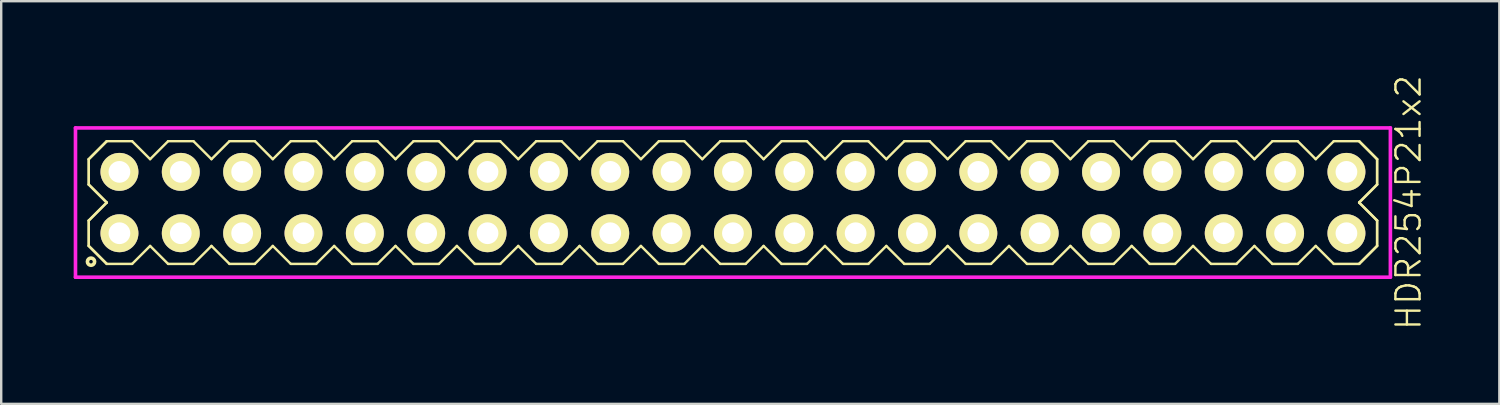
<source format=kicad_pcb>
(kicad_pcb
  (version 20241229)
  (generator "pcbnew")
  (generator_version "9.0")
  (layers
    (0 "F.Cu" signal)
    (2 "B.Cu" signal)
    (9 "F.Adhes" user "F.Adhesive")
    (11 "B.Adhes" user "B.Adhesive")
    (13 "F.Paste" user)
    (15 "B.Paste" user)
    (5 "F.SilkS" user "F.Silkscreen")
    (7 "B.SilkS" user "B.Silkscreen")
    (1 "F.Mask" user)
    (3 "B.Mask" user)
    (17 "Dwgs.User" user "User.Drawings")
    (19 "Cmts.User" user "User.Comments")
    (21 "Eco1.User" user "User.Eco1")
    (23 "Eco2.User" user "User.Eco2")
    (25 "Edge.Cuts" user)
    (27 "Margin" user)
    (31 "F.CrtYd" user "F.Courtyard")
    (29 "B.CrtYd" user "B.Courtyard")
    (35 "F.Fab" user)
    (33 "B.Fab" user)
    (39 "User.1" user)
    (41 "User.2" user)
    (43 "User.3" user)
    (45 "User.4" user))
  (footprint "HDR254P21x2"
    (layer "F.Cu")
    (at 27.295 5.336)
    (property "Reference" "HDR254P21x2" (at 27.97 0 90) (layer "F.SilkS") (effects (font (size 1 1) (thickness 0.1))))
    (attr through_hole)
    (fp_line (start -26.67 -1.796) (end -25.926 -2.54) (stroke (width 0.1) (type solid)) (layer "F.SilkS"))
    (fp_line (start -26.67 -1.796) (end -25.926 -2.54) (stroke (width 0.1) (type solid)) (layer "F.SilkS"))
    (fp_line (start -26.67 -0.744) (end -26.67 -1.796) (stroke (width 0.1) (type solid)) (layer "F.SilkS"))
    (fp_line (start -26.67 -0.744) (end -26.67 -1.796) (stroke (width 0.1) (type solid)) (layer "F.SilkS"))
    (fp_line (start -26.67 0.744) (end -25.926 0) (stroke (width 0.1) (type solid)) (layer "F.SilkS"))
    (fp_line (start -26.67 0.744) (end -25.926 0) (stroke (width 0.1) (type solid)) (layer "F.SilkS"))
    (fp_line (start -26.67 1.796) (end -26.67 0.744) (stroke (width 0.1) (type solid)) (layer "F.SilkS"))
    (fp_line (start -26.67 1.796) (end -26.67 0.744) (stroke (width 0.1) (type solid)) (layer "F.SilkS"))
    (fp_line (start -25.926 -2.54) (end -24.874 -2.54) (stroke (width 0.1) (type solid)) (layer "F.SilkS"))
    (fp_line (start -25.926 0) (end -26.67 -0.744) (stroke (width 0.1) (type solid)) (layer "F.SilkS"))
    (fp_line (start -25.926 0) (end -26.67 -0.744) (stroke (width 0.1) (type solid)) (layer "F.SilkS"))
    (fp_line (start -25.926 2.54) (end -26.67 1.796) (stroke (width 0.1) (type solid)) (layer "F.SilkS"))
    (fp_line (start -25.926 2.54) (end -26.67 1.796) (stroke (width 0.1) (type solid)) (layer "F.SilkS"))
    (fp_line (start -24.874 -2.54) (end -24.13 -1.796) (stroke (width 0.1) (type solid)) (layer "F.SilkS"))
    (fp_line (start -24.874 2.54) (end -25.926 2.54) (stroke (width 0.1) (type solid)) (layer "F.SilkS"))
    (fp_line (start -24.13 -1.796) (end -23.386 -2.54) (stroke (width 0.1) (type solid)) (layer "F.SilkS"))
    (fp_line (start -24.13 1.796) (end -24.874 2.54) (stroke (width 0.1) (type solid)) (layer "F.SilkS"))
    (fp_line (start -23.386 -2.54) (end -22.334 -2.54) (stroke (width 0.1) (type solid)) (layer "F.SilkS"))
    (fp_line (start -23.386 2.54) (end -24.13 1.796) (stroke (width 0.1) (type solid)) (layer "F.SilkS"))
    (fp_line (start -22.334 -2.54) (end -21.59 -1.796) (stroke (width 0.1) (type solid)) (layer "F.SilkS"))
    (fp_line (start -22.334 2.54) (end -23.386 2.54) (stroke (width 0.1) (type solid)) (layer "F.SilkS"))
    (fp_line (start -21.59 -1.796) (end -20.846 -2.54) (stroke (width 0.1) (type solid)) (layer "F.SilkS"))
    (fp_line (start -21.59 1.796) (end -22.334 2.54) (stroke (width 0.1) (type solid)) (layer "F.SilkS"))
    (fp_line (start -20.846 -2.54) (end -19.794 -2.54) (stroke (width 0.1) (type solid)) (layer "F.SilkS"))
    (fp_line (start -20.846 2.54) (end -21.59 1.796) (stroke (width 0.1) (type solid)) (layer "F.SilkS"))
    (fp_line (start -19.794 -2.54) (end -19.05 -1.796) (stroke (width 0.1) (type solid)) (layer "F.SilkS"))
    (fp_line (start -19.794 2.54) (end -20.846 2.54) (stroke (width 0.1) (type solid)) (layer "F.SilkS"))
    (fp_line (start -19.05 -1.796) (end -18.306 -2.54) (stroke (width 0.1) (type solid)) (layer "F.SilkS"))
    (fp_line (start -19.05 1.796) (end -19.794 2.54) (stroke (width 0.1) (type solid)) (layer "F.SilkS"))
    (fp_line (start -18.306 -2.54) (end -17.254 -2.54) (stroke (width 0.1) (type solid)) (layer "F.SilkS"))
    (fp_line (start -18.306 2.54) (end -19.05 1.796) (stroke (width 0.1) (type solid)) (layer "F.SilkS"))
    (fp_line (start -17.254 -2.54) (end -16.51 -1.796) (stroke (width 0.1) (type solid)) (layer "F.SilkS"))
    (fp_line (start -17.254 2.54) (end -18.306 2.54) (stroke (width 0.1) (type solid)) (layer "F.SilkS"))
    (fp_line (start -16.51 -1.796) (end -15.766 -2.54) (stroke (width 0.1) (type solid)) (layer "F.SilkS"))
    (fp_line (start -16.51 1.796) (end -17.254 2.54) (stroke (width 0.1) (type solid)) (layer "F.SilkS"))
    (fp_line (start -15.766 -2.54) (end -14.714 -2.54) (stroke (width 0.1) (type solid)) (layer "F.SilkS"))
    (fp_line (start -15.766 2.54) (end -16.51 1.796) (stroke (width 0.1) (type solid)) (layer "F.SilkS"))
    (fp_line (start -14.714 -2.54) (end -13.97 -1.796) (stroke (width 0.1) (type solid)) (layer "F.SilkS"))
    (fp_line (start -14.714 2.54) (end -15.766 2.54) (stroke (width 0.1) (type solid)) (layer "F.SilkS"))
    (fp_line (start -13.97 -1.796) (end -13.226 -2.54) (stroke (width 0.1) (type solid)) (layer "F.SilkS"))
    (fp_line (start -13.97 1.796) (end -14.714 2.54) (stroke (width 0.1) (type solid)) (layer "F.SilkS"))
    (fp_line (start -13.226 -2.54) (end -12.174 -2.54) (stroke (width 0.1) (type solid)) (layer "F.SilkS"))
    (fp_line (start -13.226 2.54) (end -13.97 1.796) (stroke (width 0.1) (type solid)) (layer "F.SilkS"))
    (fp_line (start -12.174 -2.54) (end -11.43 -1.796) (stroke (width 0.1) (type solid)) (layer "F.SilkS"))
    (fp_line (start -12.174 2.54) (end -13.226 2.54) (stroke (width 0.1) (type solid)) (layer "F.SilkS"))
    (fp_line (start -11.43 -1.796) (end -10.686 -2.54) (stroke (width 0.1) (type solid)) (layer "F.SilkS"))
    (fp_line (start -11.43 1.796) (end -12.174 2.54) (stroke (width 0.1) (type solid)) (layer "F.SilkS"))
    (fp_line (start -10.686 -2.54) (end -9.634 -2.54) (stroke (width 0.1) (type solid)) (layer "F.SilkS"))
    (fp_line (start -10.686 2.54) (end -11.43 1.796) (stroke (width 0.1) (type solid)) (layer "F.SilkS"))
    (fp_line (start -9.634 -2.54) (end -8.89 -1.796) (stroke (width 0.1) (type solid)) (layer "F.SilkS"))
    (fp_line (start -9.634 2.54) (end -10.686 2.54) (stroke (width 0.1) (type solid)) (layer "F.SilkS"))
    (fp_line (start -8.89 -1.796) (end -8.146 -2.54) (stroke (width 0.1) (type solid)) (layer "F.SilkS"))
    (fp_line (start -8.89 1.796) (end -9.634 2.54) (stroke (width 0.1) (type solid)) (layer "F.SilkS"))
    (fp_line (start -8.146 -2.54) (end -7.094 -2.54) (stroke (width 0.1) (type solid)) (layer "F.SilkS"))
    (fp_line (start -8.146 2.54) (end -8.89 1.796) (stroke (width 0.1) (type solid)) (layer "F.SilkS"))
    (fp_line (start -7.094 -2.54) (end -6.35 -1.796) (stroke (width 0.1) (type solid)) (layer "F.SilkS"))
    (fp_line (start -7.094 2.54) (end -8.146 2.54) (stroke (width 0.1) (type solid)) (layer "F.SilkS"))
    (fp_line (start -6.35 -1.796) (end -5.606 -2.54) (stroke (width 0.1) (type solid)) (layer "F.SilkS"))
    (fp_line (start -6.35 1.796) (end -7.094 2.54) (stroke (width 0.1) (type solid)) (layer "F.SilkS"))
    (fp_line (start -5.606 -2.54) (end -4.554 -2.54) (stroke (width 0.1) (type solid)) (layer "F.SilkS"))
    (fp_line (start -5.606 2.54) (end -6.35 1.796) (stroke (width 0.1) (type solid)) (layer "F.SilkS"))
    (fp_line (start -4.554 -2.54) (end -3.81 -1.796) (stroke (width 0.1) (type solid)) (layer "F.SilkS"))
    (fp_line (start -4.554 2.54) (end -5.606 2.54) (stroke (width 0.1) (type solid)) (layer "F.SilkS"))
    (fp_line (start -3.81 -1.796) (end -3.066 -2.54) (stroke (width 0.1) (type solid)) (layer "F.SilkS"))
    (fp_line (start -3.81 1.796) (end -4.554 2.54) (stroke (width 0.1) (type solid)) (layer "F.SilkS"))
    (fp_line (start -3.066 -2.54) (end -2.014 -2.54) (stroke (width 0.1) (type solid)) (layer "F.SilkS"))
    (fp_line (start -3.066 2.54) (end -3.81 1.796) (stroke (width 0.1) (type solid)) (layer "F.SilkS"))
    (fp_line (start -2.014 -2.54) (end -1.27 -1.796) (stroke (width 0.1) (type solid)) (layer "F.SilkS"))
    (fp_line (start -2.014 2.54) (end -3.066 2.54) (stroke (width 0.1) (type solid)) (layer "F.SilkS"))
    (fp_line (start -1.27 -1.796) (end -0.526 -2.54) (stroke (width 0.1) (type solid)) (layer "F.SilkS"))
    (fp_line (start -1.27 1.796) (end -2.014 2.54) (stroke (width 0.1) (type solid)) (layer "F.SilkS"))
    (fp_line (start -0.526 -2.54) (end 0.526 -2.54) (stroke (width 0.1) (type solid)) (layer "F.SilkS"))
    (fp_line (start -0.526 2.54) (end -1.27 1.796) (stroke (width 0.1) (type solid)) (layer "F.SilkS"))
    (fp_line (start 0.526 -2.54) (end 1.27 -1.796) (stroke (width 0.1) (type solid)) (layer "F.SilkS"))
    (fp_line (start 0.526 2.54) (end -0.526 2.54) (stroke (width 0.1) (type solid)) (layer "F.SilkS"))
    (fp_line (start 1.27 -1.796) (end 2.014 -2.54) (stroke (width 0.1) (type solid)) (layer "F.SilkS"))
    (fp_line (start 1.27 1.796) (end 0.526 2.54) (stroke (width 0.1) (type solid)) (layer "F.SilkS"))
    (fp_line (start 2.014 -2.54) (end 3.066 -2.54) (stroke (width 0.1) (type solid)) (layer "F.SilkS"))
    (fp_line (start 2.014 2.54) (end 1.27 1.796) (stroke (width 0.1) (type solid)) (layer "F.SilkS"))
    (fp_line (start 3.066 -2.54) (end 3.81 -1.796) (stroke (width 0.1) (type solid)) (layer "F.SilkS"))
    (fp_line (start 3.066 2.54) (end 2.014 2.54) (stroke (width 0.1) (type solid)) (layer "F.SilkS"))
    (fp_line (start 3.81 -1.796) (end 4.554 -2.54) (stroke (width 0.1) (type solid)) (layer "F.SilkS"))
    (fp_line (start 3.81 1.796) (end 3.066 2.54) (stroke (width 0.1) (type solid)) (layer "F.SilkS"))
    (fp_line (start 4.554 -2.54) (end 5.606 -2.54) (stroke (width 0.1) (type solid)) (layer "F.SilkS"))
    (fp_line (start 4.554 2.54) (end 3.81 1.796) (stroke (width 0.1) (type solid)) (layer "F.SilkS"))
    (fp_line (start 5.606 -2.54) (end 6.35 -1.796) (stroke (width 0.1) (type solid)) (layer "F.SilkS"))
    (fp_line (start 5.606 2.54) (end 4.554 2.54) (stroke (width 0.1) (type solid)) (layer "F.SilkS"))
    (fp_line (start 6.35 -1.796) (end 7.094 -2.54) (stroke (width 0.1) (type solid)) (layer "F.SilkS"))
    (fp_line (start 6.35 1.796) (end 5.606 2.54) (stroke (width 0.1) (type solid)) (layer "F.SilkS"))
    (fp_line (start 7.094 -2.54) (end 8.146 -2.54) (stroke (width 0.1) (type solid)) (layer "F.SilkS"))
    (fp_line (start 7.094 2.54) (end 6.35 1.796) (stroke (width 0.1) (type solid)) (layer "F.SilkS"))
    (fp_line (start 8.146 -2.54) (end 8.89 -1.796) (stroke (width 0.1) (type solid)) (layer "F.SilkS"))
    (fp_line (start 8.146 2.54) (end 7.094 2.54) (stroke (width 0.1) (type solid)) (layer "F.SilkS"))
    (fp_line (start 8.89 -1.796) (end 9.634 -2.54) (stroke (width 0.1) (type solid)) (layer "F.SilkS"))
    (fp_line (start 8.89 1.796) (end 8.146 2.54) (stroke (width 0.1) (type solid)) (layer "F.SilkS"))
    (fp_line (start 9.634 -2.54) (end 10.686 -2.54) (stroke (width 0.1) (type solid)) (layer "F.SilkS"))
    (fp_line (start 9.634 2.54) (end 8.89 1.796) (stroke (width 0.1) (type solid)) (layer "F.SilkS"))
    (fp_line (start 10.686 -2.54) (end 11.43 -1.796) (stroke (width 0.1) (type solid)) (layer "F.SilkS"))
    (fp_line (start 10.686 2.54) (end 9.634 2.54) (stroke (width 0.1) (type solid)) (layer "F.SilkS"))
    (fp_line (start 11.43 -1.796) (end 12.174 -2.54) (stroke (width 0.1) (type solid)) (layer "F.SilkS"))
    (fp_line (start 11.43 1.796) (end 10.686 2.54) (stroke (width 0.1) (type solid)) (layer "F.SilkS"))
    (fp_line (start 12.174 -2.54) (end 13.226 -2.54) (stroke (width 0.1) (type solid)) (layer "F.SilkS"))
    (fp_line (start 12.174 2.54) (end 11.43 1.796) (stroke (width 0.1) (type solid)) (layer "F.SilkS"))
    (fp_line (start 13.226 -2.54) (end 13.97 -1.796) (stroke (width 0.1) (type solid)) (layer "F.SilkS"))
    (fp_line (start 13.226 2.54) (end 12.174 2.54) (stroke (width 0.1) (type solid)) (layer "F.SilkS"))
    (fp_line (start 13.97 -1.796) (end 14.714 -2.54) (stroke (width 0.1) (type solid)) (layer "F.SilkS"))
    (fp_line (start 13.97 1.796) (end 13.226 2.54) (stroke (width 0.1) (type solid)) (layer "F.SilkS"))
    (fp_line (start 14.714 -2.54) (end 15.766 -2.54) (stroke (width 0.1) (type solid)) (layer "F.SilkS"))
    (fp_line (start 14.714 2.54) (end 13.97 1.796) (stroke (width 0.1) (type solid)) (layer "F.SilkS"))
    (fp_line (start 15.766 -2.54) (end 16.51 -1.796) (stroke (width 0.1) (type solid)) (layer "F.SilkS"))
    (fp_line (start 15.766 2.54) (end 14.714 2.54) (stroke (width 0.1) (type solid)) (layer "F.SilkS"))
    (fp_line (start 16.51 -1.796) (end 17.254 -2.54) (stroke (width 0.1) (type solid)) (layer "F.SilkS"))
    (fp_line (start 16.51 1.796) (end 15.766 2.54) (stroke (width 0.1) (type solid)) (layer "F.SilkS"))
    (fp_line (start 17.254 -2.54) (end 18.306 -2.54) (stroke (width 0.1) (type solid)) (layer "F.SilkS"))
    (fp_line (start 17.254 2.54) (end 16.51 1.796) (stroke (width 0.1) (type solid)) (layer "F.SilkS"))
    (fp_line (start 18.306 -2.54) (end 19.05 -1.796) (stroke (width 0.1) (type solid)) (layer "F.SilkS"))
    (fp_line (start 18.306 2.54) (end 17.254 2.54) (stroke (width 0.1) (type solid)) (layer "F.SilkS"))
    (fp_line (start 19.05 -1.796) (end 19.794 -2.54) (stroke (width 0.1) (type solid)) (layer "F.SilkS"))
    (fp_line (start 19.05 1.796) (end 18.306 2.54) (stroke (width 0.1) (type solid)) (layer "F.SilkS"))
    (fp_line (start 19.794 -2.54) (end 20.846 -2.54) (stroke (width 0.1) (type solid)) (layer "F.SilkS"))
    (fp_line (start 19.794 2.54) (end 19.05 1.796) (stroke (width 0.1) (type solid)) (layer "F.SilkS"))
    (fp_line (start 20.846 -2.54) (end 21.59 -1.796) (stroke (width 0.1) (type solid)) (layer "F.SilkS"))
    (fp_line (start 20.846 2.54) (end 19.794 2.54) (stroke (width 0.1) (type solid)) (layer "F.SilkS"))
    (fp_line (start 21.59 -1.796) (end 22.334 -2.54) (stroke (width 0.1) (type solid)) (layer "F.SilkS"))
    (fp_line (start 21.59 1.796) (end 20.846 2.54) (stroke (width 0.1) (type solid)) (layer "F.SilkS"))
    (fp_line (start 22.334 -2.54) (end 23.386 -2.54) (stroke (width 0.1) (type solid)) (layer "F.SilkS"))
    (fp_line (start 22.334 2.54) (end 21.59 1.796) (stroke (width 0.1) (type solid)) (layer "F.SilkS"))
    (fp_line (start 23.386 -2.54) (end 24.13 -1.796) (stroke (width 0.1) (type solid)) (layer "F.SilkS"))
    (fp_line (start 23.386 2.54) (end 22.334 2.54) (stroke (width 0.1) (type solid)) (layer "F.SilkS"))
    (fp_line (start 24.13 -1.796) (end 24.874 -2.54) (stroke (width 0.1) (type solid)) (layer "F.SilkS"))
    (fp_line (start 24.13 1.796) (end 23.386 2.54) (stroke (width 0.1) (type solid)) (layer "F.SilkS"))
    (fp_line (start 24.874 -2.54) (end 25.926 -2.54) (stroke (width 0.1) (type solid)) (layer "F.SilkS"))
    (fp_line (start 24.874 2.54) (end 24.13 1.796) (stroke (width 0.1) (type solid)) (layer "F.SilkS"))
    (fp_line (start 25.926 -2.54) (end 26.67 -1.796) (stroke (width 0.1) (type solid)) (layer "F.SilkS"))
    (fp_line (start 25.926 -2.54) (end 26.67 -1.796) (stroke (width 0.1) (type solid)) (layer "F.SilkS"))
    (fp_line (start 25.926 0) (end 26.67 0.744) (stroke (width 0.1) (type solid)) (layer "F.SilkS"))
    (fp_line (start 25.926 0) (end 26.67 0.744) (stroke (width 0.1) (type solid)) (layer "F.SilkS"))
    (fp_line (start 25.926 2.54) (end 24.874 2.54) (stroke (width 0.1) (type solid)) (layer "F.SilkS"))
    (fp_line (start 26.67 -1.796) (end 26.67 -0.744) (stroke (width 0.1) (type solid)) (layer "F.SilkS"))
    (fp_line (start 26.67 -1.796) (end 26.67 -0.744) (stroke (width 0.1) (type solid)) (layer "F.SilkS"))
    (fp_line (start 26.67 -0.744) (end 25.926 0) (stroke (width 0.1) (type solid)) (layer "F.SilkS"))
    (fp_line (start 26.67 -0.744) (end 25.926 0) (stroke (width 0.1) (type solid)) (layer "F.SilkS"))
    (fp_line (start 26.67 0.744) (end 26.67 1.796) (stroke (width 0.1) (type solid)) (layer "F.SilkS"))
    (fp_line (start 26.67 0.744) (end 26.67 1.796) (stroke (width 0.1) (type solid)) (layer "F.SilkS"))
    (fp_line (start 26.67 1.796) (end 25.926 2.54) (stroke (width 0.1) (type solid)) (layer "F.SilkS"))
    (fp_line (start 26.67 1.796) (end 25.926 2.54) (stroke (width 0.1) (type solid)) (layer "F.SilkS"))
    (fp_circle (center -26.577 2.448) (end -26.428 2.448) (stroke (width 0.15) (type solid)) (fill no) (layer "F.SilkS"))
    (fp_line (start -27.22 -3.09) (end -27.22 3.09) (stroke (width 0.15) (type solid)) (layer "F.CrtYd"))
    (fp_line (start -27.22 3.09) (end 27.22 3.09) (stroke (width 0.15) (type solid)) (layer "F.CrtYd"))
    (fp_line (start 27.22 -3.09) (end -27.22 -3.09) (stroke (width 0.15) (type solid)) (layer "F.CrtYd"))
    (fp_line (start 27.22 3.09) (end 27.22 -3.09) (stroke (width 0.15) (type solid)) (layer "F.CrtYd"))
    (pad "1" thru_hole oval (at -25.4 1.27) (size 1.57 1.57) (drill 0.9) (layers "*.Cu" "*.Mask" "F.SilkS"))
    (pad "2" thru_hole oval (at -25.4 -1.27) (size 1.57 1.57) (drill 0.9) (layers "*.Cu" "*.Mask" "F.SilkS"))
    (pad "3" thru_hole oval (at -22.86 1.27) (size 1.57 1.57) (drill 0.9) (layers "*.Cu" "*.Mask" "F.SilkS"))
    (pad "4" thru_hole oval (at -22.86 -1.27) (size 1.57 1.57) (drill 0.9) (layers "*.Cu" "*.Mask" "F.SilkS"))
    (pad "5" thru_hole oval (at -20.32 1.27) (size 1.57 1.57) (drill 0.9) (layers "*.Cu" "*.Mask" "F.SilkS"))
    (pad "6" thru_hole oval (at -20.32 -1.27) (size 1.57 1.57) (drill 0.9) (layers "*.Cu" "*.Mask" "F.SilkS"))
    (pad "7" thru_hole oval (at -17.78 1.27) (size 1.57 1.57) (drill 0.9) (layers "*.Cu" "*.Mask" "F.SilkS"))
    (pad "8" thru_hole oval (at -17.78 -1.27) (size 1.57 1.57) (drill 0.9) (layers "*.Cu" "*.Mask" "F.SilkS"))
    (pad "9" thru_hole oval (at -15.24 1.27) (size 1.57 1.57) (drill 0.9) (layers "*.Cu" "*.Mask" "F.SilkS"))
    (pad "10" thru_hole oval (at -15.24 -1.27) (size 1.57 1.57) (drill 0.9) (layers "*.Cu" "*.Mask" "F.SilkS"))
    (pad "11" thru_hole oval (at -12.7 1.27) (size 1.57 1.57) (drill 0.9) (layers "*.Cu" "*.Mask" "F.SilkS"))
    (pad "12" thru_hole oval (at -12.7 -1.27) (size 1.57 1.57) (drill 0.9) (layers "*.Cu" "*.Mask" "F.SilkS"))
    (pad "13" thru_hole oval (at -10.16 1.27) (size 1.57 1.57) (drill 0.9) (layers "*.Cu" "*.Mask" "F.SilkS"))
    (pad "14" thru_hole oval (at -10.16 -1.27) (size 1.57 1.57) (drill 0.9) (layers "*.Cu" "*.Mask" "F.SilkS"))
    (pad "15" thru_hole oval (at -7.62 1.27) (size 1.57 1.57) (drill 0.9) (layers "*.Cu" "*.Mask" "F.SilkS"))
    (pad "16" thru_hole oval (at -7.62 -1.27) (size 1.57 1.57) (drill 0.9) (layers "*.Cu" "*.Mask" "F.SilkS"))
    (pad "17" thru_hole oval (at -5.08 1.27) (size 1.57 1.57) (drill 0.9) (layers "*.Cu" "*.Mask" "F.SilkS"))
    (pad "18" thru_hole oval (at -5.08 -1.27) (size 1.57 1.57) (drill 0.9) (layers "*.Cu" "*.Mask" "F.SilkS"))
    (pad "19" thru_hole oval (at -2.54 1.27) (size 1.57 1.57) (drill 0.9) (layers "*.Cu" "*.Mask" "F.SilkS"))
    (pad "20" thru_hole oval (at -2.54 -1.27) (size 1.57 1.57) (drill 0.9) (layers "*.Cu" "*.Mask" "F.SilkS"))
    (pad "21" thru_hole oval (at 0 1.27) (size 1.57 1.57) (drill 0.9) (layers "*.Cu" "*.Mask" "F.SilkS"))
    (pad "22" thru_hole oval (at 0 -1.27) (size 1.57 1.57) (drill 0.9) (layers "*.Cu" "*.Mask" "F.SilkS"))
    (pad "23" thru_hole oval (at 2.54 1.27) (size 1.57 1.57) (drill 0.9) (layers "*.Cu" "*.Mask" "F.SilkS"))
    (pad "24" thru_hole oval (at 2.54 -1.27) (size 1.57 1.57) (drill 0.9) (layers "*.Cu" "*.Mask" "F.SilkS"))
    (pad "25" thru_hole oval (at 5.08 1.27) (size 1.57 1.57) (drill 0.9) (layers "*.Cu" "*.Mask" "F.SilkS"))
    (pad "26" thru_hole oval (at 5.08 -1.27) (size 1.57 1.57) (drill 0.9) (layers "*.Cu" "*.Mask" "F.SilkS"))
    (pad "27" thru_hole oval (at 7.62 1.27) (size 1.57 1.57) (drill 0.9) (layers "*.Cu" "*.Mask" "F.SilkS"))
    (pad "28" thru_hole oval (at 7.62 -1.27) (size 1.57 1.57) (drill 0.9) (layers "*.Cu" "*.Mask" "F.SilkS"))
    (pad "29" thru_hole oval (at 10.16 1.27) (size 1.57 1.57) (drill 0.9) (layers "*.Cu" "*.Mask" "F.SilkS"))
    (pad "30" thru_hole oval (at 10.16 -1.27) (size 1.57 1.57) (drill 0.9) (layers "*.Cu" "*.Mask" "F.SilkS"))
    (pad "31" thru_hole oval (at 12.7 1.27) (size 1.57 1.57) (drill 0.9) (layers "*.Cu" "*.Mask" "F.SilkS"))
    (pad "32" thru_hole oval (at 12.7 -1.27) (size 1.57 1.57) (drill 0.9) (layers "*.Cu" "*.Mask" "F.SilkS"))
    (pad "33" thru_hole oval (at 15.24 1.27) (size 1.57 1.57) (drill 0.9) (layers "*.Cu" "*.Mask" "F.SilkS"))
    (pad "34" thru_hole oval (at 15.24 -1.27) (size 1.57 1.57) (drill 0.9) (layers "*.Cu" "*.Mask" "F.SilkS"))
    (pad "35" thru_hole oval (at 17.78 1.27) (size 1.57 1.57) (drill 0.9) (layers "*.Cu" "*.Mask" "F.SilkS"))
    (pad "36" thru_hole oval (at 17.78 -1.27) (size 1.57 1.57) (drill 0.9) (layers "*.Cu" "*.Mask" "F.SilkS"))
    (pad "37" thru_hole oval (at 20.32 1.27) (size 1.57 1.57) (drill 0.9) (layers "*.Cu" "*.Mask" "F.SilkS"))
    (pad "38" thru_hole oval (at 20.32 -1.27) (size 1.57 1.57) (drill 0.9) (layers "*.Cu" "*.Mask" "F.SilkS"))
    (pad "39" thru_hole oval (at 22.86 1.27) (size 1.57 1.57) (drill 0.9) (layers "*.Cu" "*.Mask" "F.SilkS"))
    (pad "40" thru_hole oval (at 22.86 -1.27) (size 1.57 1.57) (drill 0.9) (layers "*.Cu" "*.Mask" "F.SilkS"))
    (pad "41" thru_hole oval (at 25.4 1.27) (size 1.57 1.57) (drill 0.9) (layers "*.Cu" "*.Mask" "F.SilkS"))
    (pad "42" thru_hole oval (at 25.4 -1.27) (size 1.57 1.57) (drill 0.9) (layers "*.Cu" "*.Mask" "F.SilkS")))
  (gr_rect
    (start -3 -3)
    (end 59.026 13.671)
    (stroke (width 0.1) (type default))
    (fill no)
    (layer "Edge.Cuts")))
</source>
